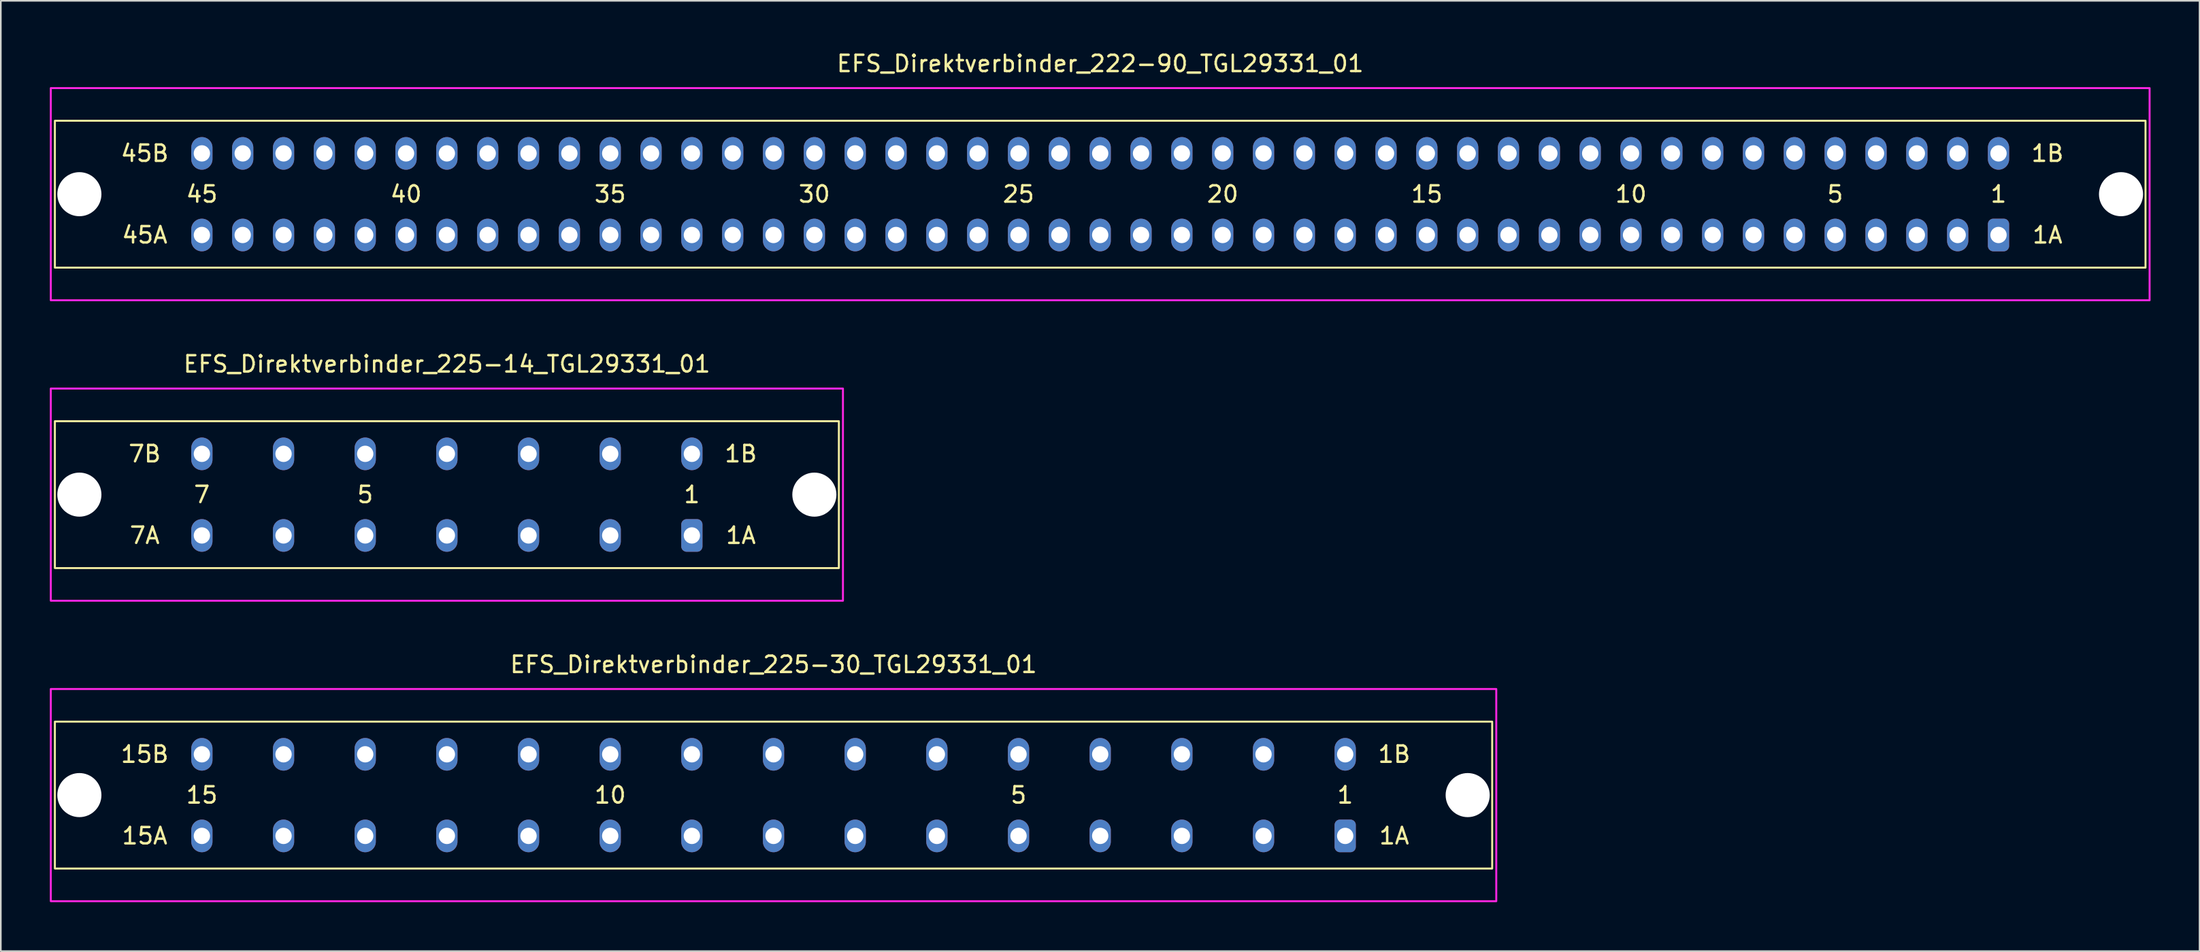
<source format=kicad_pcb>
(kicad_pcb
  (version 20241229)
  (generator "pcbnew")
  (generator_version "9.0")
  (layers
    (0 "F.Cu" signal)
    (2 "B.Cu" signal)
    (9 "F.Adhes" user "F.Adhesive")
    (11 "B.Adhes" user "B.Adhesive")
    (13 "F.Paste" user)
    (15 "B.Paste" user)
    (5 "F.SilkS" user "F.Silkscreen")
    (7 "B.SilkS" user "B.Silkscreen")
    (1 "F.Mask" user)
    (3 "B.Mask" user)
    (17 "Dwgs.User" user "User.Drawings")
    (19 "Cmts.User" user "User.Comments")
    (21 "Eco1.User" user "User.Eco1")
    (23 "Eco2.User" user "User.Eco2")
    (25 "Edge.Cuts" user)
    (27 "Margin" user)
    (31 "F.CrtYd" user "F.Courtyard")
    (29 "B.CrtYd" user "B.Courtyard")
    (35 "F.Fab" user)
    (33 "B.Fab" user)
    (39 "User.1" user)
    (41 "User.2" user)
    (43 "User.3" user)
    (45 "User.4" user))
  (footprint "EFS_Direktverbinder_225-14_TGL29331_01"
    (layer "F.Cu")
    (at 24.31 27.256)
    (property "Reference" "EFS_Direktverbinder_225-14_TGL29331_01" (at 0 -8 180) (layer "F.SilkS") (effects (font (size 1 1) (thickness 0.15))))
    (attr through_hole)
    (fp_rect (start -24 -4.5) (end 24 4.5) (stroke (width 0.12) (type solid)) (fill no) (layer "F.SilkS"))
    (fp_rect (start -24.25 -6.5) (end 24.25 6.5) (stroke (width 0.12) (type solid)) (fill no) (layer "F.CrtYd"))
    (fp_text user "7A" (at -18.5 2.5 0) (layer "F.SilkS") (effects (font (size 1 1) (thickness 0.15))))
    (fp_text user "5" (at -5 0 180) (layer "F.SilkS") (effects (font (size 1 1) (thickness 0.15))))
    (fp_text user "1" (at 15 0 180) (layer "F.SilkS") (effects (font (size 1 1) (thickness 0.15))))
    (fp_text user "1B" (at 18 -2.5 0) (layer "F.SilkS") (effects (font (size 1 1) (thickness 0.15))))
    (fp_text user "7" (at -15 0 180) (layer "F.SilkS") (effects (font (size 1 1) (thickness 0.15))))
    (fp_text user "1A" (at 18 2.5 0) (layer "F.SilkS") (effects (font (size 1 1) (thickness 0.15))))
    (fp_text user "7B" (at -18.5 -2.5 0) (layer "F.SilkS") (effects (font (size 1 1) (thickness 0.15))))
    (pad "" np_thru_hole circle (at -22.5 0) (size 2.7 2.7) (drill 2.7) (layers "*.Cu" "*.Mask"))
    (pad "" np_thru_hole circle (at 22.5 0) (size 2.7 2.7) (drill 2.7) (layers "*.Cu" "*.Mask"))
    (pad "1a" thru_hole roundrect (at 15 2.5) (size 1.3 2) (drill 1) (layers "*.Cu" "*.Mask") (roundrect_rratio 0.25))
    (pad "1b" thru_hole oval (at 15 -2.5) (size 1.3 2) (drill 1) (layers "*.Cu" "*.Mask"))
    (pad "2a" thru_hole oval (at 10 2.5) (size 1.3 2) (drill 1) (layers "*.Cu" "*.Mask"))
    (pad "2b" thru_hole oval (at 10 -2.5) (size 1.3 2) (drill 1) (layers "*.Cu" "*.Mask"))
    (pad "3a" thru_hole oval (at 5 2.5) (size 1.3 2) (drill 1) (layers "*.Cu" "*.Mask"))
    (pad "3b" thru_hole oval (at 5 -2.5) (size 1.3 2) (drill 1) (layers "*.Cu" "*.Mask"))
    (pad "4a" thru_hole oval (at 0 2.5) (size 1.3 2) (drill 1) (layers "*.Cu" "*.Mask"))
    (pad "4b" thru_hole oval (at 0 -2.5) (size 1.3 2) (drill 1) (layers "*.Cu" "*.Mask"))
    (pad "5a" thru_hole oval (at -5 2.5) (size 1.3 2) (drill 1) (layers "*.Cu" "*.Mask"))
    (pad "5b" thru_hole oval (at -5 -2.5) (size 1.3 2) (drill 1) (layers "*.Cu" "*.Mask"))
    (pad "6a" thru_hole oval (at -10 2.5) (size 1.3 2) (drill 1) (layers "*.Cu" "*.Mask"))
    (pad "6b" thru_hole oval (at -10 -2.5) (size 1.3 2) (drill 1) (layers "*.Cu" "*.Mask"))
    (pad "7a" thru_hole oval (at -15 2.5) (size 1.3 2) (drill 1) (layers "*.Cu" "*.Mask"))
    (pad "7b" thru_hole oval (at -15 -2.5) (size 1.3 2) (drill 1) (layers "*.Cu" "*.Mask")))
  (footprint "EFS_Direktverbinder_225-30_TGL29331_01"
    (layer "F.Cu")
    (at 44.31 45.665)
    (property "Reference" "EFS_Direktverbinder_225-30_TGL29331_01" (at 0 -8 180) (layer "F.SilkS") (effects (font (size 1 1) (thickness 0.15))))
    (attr through_hole)
    (fp_rect (start -44 -4.5) (end 44 4.5) (stroke (width 0.12) (type solid)) (fill no) (layer "F.SilkS"))
    (fp_rect (start -44.25 -6.5) (end 44.25 6.5) (stroke (width 0.12) (type solid)) (fill no) (layer "F.CrtYd"))
    (fp_text user "15A" (at -38.5 2.5 0) (layer "F.SilkS") (effects (font (size 1 1) (thickness 0.15))))
    (fp_text user "1A" (at 38 2.5 0) (layer "F.SilkS") (effects (font (size 1 1) (thickness 0.15))))
    (fp_text user "5" (at 15 0 180) (layer "F.SilkS") (effects (font (size 1 1) (thickness 0.15))))
    (fp_text user "15B" (at -38.5 -2.5 0) (layer "F.SilkS") (effects (font (size 1 1) (thickness 0.15))))
    (fp_text user "10" (at -10 0 180) (layer "F.SilkS") (effects (font (size 1 1) (thickness 0.15))))
    (fp_text user "1" (at 35 0 180) (layer "F.SilkS") (effects (font (size 1 1) (thickness 0.15))))
    (fp_text user "15" (at -35 0 180) (layer "F.SilkS") (effects (font (size 1 1) (thickness 0.15))))
    (fp_text user "1B" (at 38 -2.5 0) (layer "F.SilkS") (effects (font (size 1 1) (thickness 0.15))))
    (pad "" np_thru_hole circle (at -42.5 0) (size 2.7 2.7) (drill 2.7) (layers "*.Cu" "*.Mask"))
    (pad "" np_thru_hole circle (at 42.5 0) (size 2.7 2.7) (drill 2.7) (layers "*.Cu" "*.Mask"))
    (pad "1a" thru_hole roundrect (at 35 2.5) (size 1.3 2) (drill 1) (layers "*.Cu" "*.Mask") (roundrect_rratio 0.25))
    (pad "1b" thru_hole oval (at 35 -2.5) (size 1.3 2) (drill 1) (layers "*.Cu" "*.Mask"))
    (pad "2a" thru_hole oval (at 30 2.5) (size 1.3 2) (drill 1) (layers "*.Cu" "*.Mask"))
    (pad "2b" thru_hole oval (at 30 -2.5) (size 1.3 2) (drill 1) (layers "*.Cu" "*.Mask"))
    (pad "3a" thru_hole oval (at 25 2.5) (size 1.3 2) (drill 1) (layers "*.Cu" "*.Mask"))
    (pad "3b" thru_hole oval (at 25 -2.5) (size 1.3 2) (drill 1) (layers "*.Cu" "*.Mask"))
    (pad "4a" thru_hole oval (at 20 2.5) (size 1.3 2) (drill 1) (layers "*.Cu" "*.Mask"))
    (pad "4b" thru_hole oval (at 20 -2.5) (size 1.3 2) (drill 1) (layers "*.Cu" "*.Mask"))
    (pad "5a" thru_hole oval (at 15 2.5) (size 1.3 2) (drill 1) (layers "*.Cu" "*.Mask"))
    (pad "5b" thru_hole oval (at 15 -2.5) (size 1.3 2) (drill 1) (layers "*.Cu" "*.Mask"))
    (pad "6a" thru_hole oval (at 10 2.5) (size 1.3 2) (drill 1) (layers "*.Cu" "*.Mask"))
    (pad "6b" thru_hole oval (at 10 -2.5) (size 1.3 2) (drill 1) (layers "*.Cu" "*.Mask"))
    (pad "7a" thru_hole oval (at 5 2.5) (size 1.3 2) (drill 1) (layers "*.Cu" "*.Mask"))
    (pad "7b" thru_hole oval (at 5 -2.5) (size 1.3 2) (drill 1) (layers "*.Cu" "*.Mask"))
    (pad "8a" thru_hole oval (at 0 2.5) (size 1.3 2) (drill 1) (layers "*.Cu" "*.Mask"))
    (pad "8b" thru_hole oval (at 0 -2.5) (size 1.3 2) (drill 1) (layers "*.Cu" "*.Mask"))
    (pad "9a" thru_hole oval (at -5 2.5) (size 1.3 2) (drill 1) (layers "*.Cu" "*.Mask"))
    (pad "9b" thru_hole oval (at -5 -2.5) (size 1.3 2) (drill 1) (layers "*.Cu" "*.Mask"))
    (pad "10a" thru_hole oval (at -10 2.5) (size 1.3 2) (drill 1) (layers "*.Cu" "*.Mask"))
    (pad "10b" thru_hole oval (at -10 -2.5) (size 1.3 2) (drill 1) (layers "*.Cu" "*.Mask"))
    (pad "11a" thru_hole oval (at -15 2.5) (size 1.3 2) (drill 1) (layers "*.Cu" "*.Mask"))
    (pad "11b" thru_hole oval (at -15 -2.5) (size 1.3 2) (drill 1) (layers "*.Cu" "*.Mask"))
    (pad "12a" thru_hole oval (at -20 2.5) (size 1.3 2) (drill 1) (layers "*.Cu" "*.Mask"))
    (pad "12b" thru_hole oval (at -20 -2.5) (size 1.3 2) (drill 1) (layers "*.Cu" "*.Mask"))
    (pad "13a" thru_hole oval (at -25 2.5) (size 1.3 2) (drill 1) (layers "*.Cu" "*.Mask"))
    (pad "13b" thru_hole oval (at -25 -2.5) (size 1.3 2) (drill 1) (layers "*.Cu" "*.Mask"))
    (pad "14a" thru_hole oval (at -30 2.5) (size 1.3 2) (drill 1) (layers "*.Cu" "*.Mask"))
    (pad "14b" thru_hole oval (at -30 -2.5) (size 1.3 2) (drill 1) (layers "*.Cu" "*.Mask"))
    (pad "15a" thru_hole oval (at -35 2.5) (size 1.3 2) (drill 1) (layers "*.Cu" "*.Mask"))
    (pad "15b" thru_hole oval (at -35 -2.5) (size 1.3 2) (drill 1) (layers "*.Cu" "*.Mask")))
  (footprint "EFS_Direktverbinder_222-90_TGL29331_01"
    (layer "F.Cu")
    (at 64.31 8.848)
    (property "Reference" "EFS_Direktverbinder_222-90_TGL29331_01" (at 0 -8 180) (layer "F.SilkS") (effects (font (size 1 1) (thickness 0.15))))
    (attr through_hole)
    (fp_rect (start -64 -4.5) (end 64 4.5) (stroke (width 0.12) (type solid)) (fill no) (layer "F.SilkS"))
    (fp_rect (start -64.25 -6.5) (end 64.25 6.5) (stroke (width 0.12) (type solid)) (fill no) (layer "F.CrtYd"))
    (fp_text user "1B" (at 58 -2.5 0) (layer "F.SilkS") (effects (font (size 1 1) (thickness 0.15))))
    (fp_text user "10" (at 32.5 0 180) (layer "F.SilkS") (effects (font (size 1 1) (thickness 0.15))))
    (fp_text user "15" (at 20 0 180) (layer "F.SilkS") (effects (font (size 1 1) (thickness 0.15))))
    (fp_text user "20" (at 7.5 0 180) (layer "F.SilkS") (effects (font (size 1 1) (thickness 0.15))))
    (fp_text user "1" (at 55 0 180) (layer "F.SilkS") (effects (font (size 1 1) (thickness 0.15))))
    (fp_text user "40" (at -42.5 0 180) (layer "F.SilkS") (effects (font (size 1 1) (thickness 0.15))))
    (fp_text user "5" (at 45 0 180) (layer "F.SilkS") (effects (font (size 1 1) (thickness 0.15))))
    (fp_text user "30" (at -17.5 0 180) (layer "F.SilkS") (effects (font (size 1 1) (thickness 0.15))))
    (fp_text user "45B" (at -58.5 -2.5 0) (layer "F.SilkS") (effects (font (size 1 1) (thickness 0.15))))
    (fp_text user "1A" (at 58 2.5 0) (layer "F.SilkS") (effects (font (size 1 1) (thickness 0.15))))
    (fp_text user "45A" (at -58.5 2.5 0) (layer "F.SilkS") (effects (font (size 1 1) (thickness 0.15))))
    (fp_text user "35" (at -30 0 180) (layer "F.SilkS") (effects (font (size 1 1) (thickness 0.15))))
    (fp_text user "25" (at -5 0 180) (layer "F.SilkS") (effects (font (size 1 1) (thickness 0.15))))
    (fp_text user "45" (at -55 0 180) (layer "F.SilkS") (effects (font (size 1 1) (thickness 0.15))))
    (pad "" np_thru_hole circle (at -62.5 0) (size 2.7 2.7) (drill 2.7) (layers "*.Cu" "*.Mask"))
    (pad "" np_thru_hole circle (at 62.5 0) (size 2.7 2.7) (drill 2.7) (layers "*.Cu" "*.Mask"))
    (pad "1a" thru_hole roundrect (at 55 2.5) (size 1.3 2) (drill 1) (layers "*.Cu" "*.Mask") (roundrect_rratio 0.25))
    (pad "1b" thru_hole oval (at 55 -2.5) (size 1.3 2) (drill 1) (layers "*.Cu" "*.Mask"))
    (pad "2a" thru_hole oval (at 52.5 2.5) (size 1.3 2) (drill 1) (layers "*.Cu" "*.Mask"))
    (pad "2b" thru_hole oval (at 52.5 -2.5) (size 1.3 2) (drill 1) (layers "*.Cu" "*.Mask"))
    (pad "3a" thru_hole oval (at 50 2.5) (size 1.3 2) (drill 1) (layers "*.Cu" "*.Mask"))
    (pad "3b" thru_hole oval (at 50 -2.5) (size 1.3 2) (drill 1) (layers "*.Cu" "*.Mask"))
    (pad "4a" thru_hole oval (at 47.5 2.5) (size 1.3 2) (drill 1) (layers "*.Cu" "*.Mask"))
    (pad "4b" thru_hole oval (at 47.5 -2.5) (size 1.3 2) (drill 1) (layers "*.Cu" "*.Mask"))
    (pad "5a" thru_hole oval (at 45 2.5) (size 1.3 2) (drill 1) (layers "*.Cu" "*.Mask"))
    (pad "5b" thru_hole oval (at 45 -2.5) (size 1.3 2) (drill 1) (layers "*.Cu" "*.Mask"))
    (pad "6a" thru_hole oval (at 42.5 2.5) (size 1.3 2) (drill 1) (layers "*.Cu" "*.Mask"))
    (pad "6b" thru_hole oval (at 42.5 -2.5) (size 1.3 2) (drill 1) (layers "*.Cu" "*.Mask"))
    (pad "7a" thru_hole oval (at 40 2.5) (size 1.3 2) (drill 1) (layers "*.Cu" "*.Mask"))
    (pad "7b" thru_hole oval (at 40 -2.5) (size 1.3 2) (drill 1) (layers "*.Cu" "*.Mask"))
    (pad "8a" thru_hole oval (at 37.5 2.5) (size 1.3 2) (drill 1) (layers "*.Cu" "*.Mask"))
    (pad "8b" thru_hole oval (at 37.5 -2.5) (size 1.3 2) (drill 1) (layers "*.Cu" "*.Mask"))
    (pad "9a" thru_hole oval (at 35 2.5) (size 1.3 2) (drill 1) (layers "*.Cu" "*.Mask"))
    (pad "9b" thru_hole oval (at 35 -2.5) (size 1.3 2) (drill 1) (layers "*.Cu" "*.Mask"))
    (pad "10a" thru_hole oval (at 32.5 2.5) (size 1.3 2) (drill 1) (layers "*.Cu" "*.Mask"))
    (pad "10b" thru_hole oval (at 32.5 -2.5) (size 1.3 2) (drill 1) (layers "*.Cu" "*.Mask"))
    (pad "11a" thru_hole oval (at 30 2.5) (size 1.3 2) (drill 1) (layers "*.Cu" "*.Mask"))
    (pad "11b" thru_hole oval (at 30 -2.5) (size 1.3 2) (drill 1) (layers "*.Cu" "*.Mask"))
    (pad "12a" thru_hole oval (at 27.5 2.5) (size 1.3 2) (drill 1) (layers "*.Cu" "*.Mask"))
    (pad "12b" thru_hole oval (at 27.5 -2.5) (size 1.3 2) (drill 1) (layers "*.Cu" "*.Mask"))
    (pad "13a" thru_hole oval (at 25 2.5) (size 1.3 2) (drill 1) (layers "*.Cu" "*.Mask"))
    (pad "13b" thru_hole oval (at 25 -2.5) (size 1.3 2) (drill 1) (layers "*.Cu" "*.Mask"))
    (pad "14a" thru_hole oval (at 22.5 2.5) (size 1.3 2) (drill 1) (layers "*.Cu" "*.Mask"))
    (pad "14b" thru_hole oval (at 22.5 -2.5) (size 1.3 2) (drill 1) (layers "*.Cu" "*.Mask"))
    (pad "15a" thru_hole oval (at 20 2.5) (size 1.3 2) (drill 1) (layers "*.Cu" "*.Mask"))
    (pad "15b" thru_hole oval (at 20 -2.5) (size 1.3 2) (drill 1) (layers "*.Cu" "*.Mask"))
    (pad "16a" thru_hole oval (at 17.5 2.5) (size 1.3 2) (drill 1) (layers "*.Cu" "*.Mask"))
    (pad "16b" thru_hole oval (at 17.5 -2.5) (size 1.3 2) (drill 1) (layers "*.Cu" "*.Mask"))
    (pad "17a" thru_hole oval (at 15 2.5) (size 1.3 2) (drill 1) (layers "*.Cu" "*.Mask"))
    (pad "17b" thru_hole oval (at 15 -2.5) (size 1.3 2) (drill 1) (layers "*.Cu" "*.Mask"))
    (pad "18a" thru_hole oval (at 12.5 2.5) (size 1.3 2) (drill 1) (layers "*.Cu" "*.Mask"))
    (pad "18b" thru_hole oval (at 12.5 -2.5) (size 1.3 2) (drill 1) (layers "*.Cu" "*.Mask"))
    (pad "19a" thru_hole oval (at 10 2.5) (size 1.3 2) (drill 1) (layers "*.Cu" "*.Mask"))
    (pad "19b" thru_hole oval (at 10 -2.5) (size 1.3 2) (drill 1) (layers "*.Cu" "*.Mask"))
    (pad "20a" thru_hole oval (at 7.5 2.5) (size 1.3 2) (drill 1) (layers "*.Cu" "*.Mask"))
    (pad "20b" thru_hole oval (at 7.5 -2.5) (size 1.3 2) (drill 1) (layers "*.Cu" "*.Mask"))
    (pad "21a" thru_hole oval (at 5 2.5) (size 1.3 2) (drill 1) (layers "*.Cu" "*.Mask"))
    (pad "21b" thru_hole oval (at 5 -2.5) (size 1.3 2) (drill 1) (layers "*.Cu" "*.Mask"))
    (pad "22a" thru_hole oval (at 2.5 2.5) (size 1.3 2) (drill 1) (layers "*.Cu" "*.Mask"))
    (pad "22b" thru_hole oval (at 2.5 -2.5) (size 1.3 2) (drill 1) (layers "*.Cu" "*.Mask"))
    (pad "23a" thru_hole oval (at 0 2.5) (size 1.3 2) (drill 1) (layers "*.Cu" "*.Mask"))
    (pad "23b" thru_hole oval (at 0 -2.5) (size 1.3 2) (drill 1) (layers "*.Cu" "*.Mask"))
    (pad "24a" thru_hole oval (at -2.5 2.5) (size 1.3 2) (drill 1) (layers "*.Cu" "*.Mask"))
    (pad "24b" thru_hole oval (at -2.5 -2.5) (size 1.3 2) (drill 1) (layers "*.Cu" "*.Mask"))
    (pad "25a" thru_hole oval (at -5 2.5) (size 1.3 2) (drill 1) (layers "*.Cu" "*.Mask"))
    (pad "25b" thru_hole oval (at -5 -2.5) (size 1.3 2) (drill 1) (layers "*.Cu" "*.Mask"))
    (pad "26a" thru_hole oval (at -7.5 2.5) (size 1.3 2) (drill 1) (layers "*.Cu" "*.Mask"))
    (pad "26b" thru_hole oval (at -7.5 -2.5) (size 1.3 2) (drill 1) (layers "*.Cu" "*.Mask"))
    (pad "27a" thru_hole oval (at -10 2.5) (size 1.3 2) (drill 1) (layers "*.Cu" "*.Mask"))
    (pad "27b" thru_hole oval (at -10 -2.5) (size 1.3 2) (drill 1) (layers "*.Cu" "*.Mask"))
    (pad "28a" thru_hole oval (at -12.5 2.5) (size 1.3 2) (drill 1) (layers "*.Cu" "*.Mask"))
    (pad "28b" thru_hole oval (at -12.5 -2.5) (size 1.3 2) (drill 1) (layers "*.Cu" "*.Mask"))
    (pad "29a" thru_hole oval (at -15 2.5) (size 1.3 2) (drill 1) (layers "*.Cu" "*.Mask"))
    (pad "29b" thru_hole oval (at -15 -2.5) (size 1.3 2) (drill 1) (layers "*.Cu" "*.Mask"))
    (pad "30a" thru_hole oval (at -17.5 2.5) (size 1.3 2) (drill 1) (layers "*.Cu" "*.Mask"))
    (pad "30b" thru_hole oval (at -17.5 -2.5) (size 1.3 2) (drill 1) (layers "*.Cu" "*.Mask"))
    (pad "31a" thru_hole oval (at -20 2.5) (size 1.3 2) (drill 1) (layers "*.Cu" "*.Mask"))
    (pad "31b" thru_hole oval (at -20 -2.5) (size 1.3 2) (drill 1) (layers "*.Cu" "*.Mask"))
    (pad "32a" thru_hole oval (at -22.5 2.5) (size 1.3 2) (drill 1) (layers "*.Cu" "*.Mask"))
    (pad "32b" thru_hole oval (at -22.5 -2.5) (size 1.3 2) (drill 1) (layers "*.Cu" "*.Mask"))
    (pad "33a" thru_hole oval (at -25 2.5) (size 1.3 2) (drill 1) (layers "*.Cu" "*.Mask"))
    (pad "33b" thru_hole oval (at -25 -2.5) (size 1.3 2) (drill 1) (layers "*.Cu" "*.Mask"))
    (pad "34a" thru_hole oval (at -27.5 2.5) (size 1.3 2) (drill 1) (layers "*.Cu" "*.Mask"))
    (pad "34b" thru_hole oval (at -27.5 -2.5) (size 1.3 2) (drill 1) (layers "*.Cu" "*.Mask"))
    (pad "35a" thru_hole oval (at -30 2.5) (size 1.3 2) (drill 1) (layers "*.Cu" "*.Mask"))
    (pad "35b" thru_hole oval (at -30 -2.5) (size 1.3 2) (drill 1) (layers "*.Cu" "*.Mask"))
    (pad "36a" thru_hole oval (at -32.5 2.5) (size 1.3 2) (drill 1) (layers "*.Cu" "*.Mask"))
    (pad "36b" thru_hole oval (at -32.5 -2.5) (size 1.3 2) (drill 1) (layers "*.Cu" "*.Mask"))
    (pad "37a" thru_hole oval (at -35 2.5) (size 1.3 2) (drill 1) (layers "*.Cu" "*.Mask"))
    (pad "37b" thru_hole oval (at -35 -2.5) (size 1.3 2) (drill 1) (layers "*.Cu" "*.Mask"))
    (pad "38a" thru_hole oval (at -37.5 2.5) (size 1.3 2) (drill 1) (layers "*.Cu" "*.Mask"))
    (pad "38b" thru_hole oval (at -37.5 -2.5) (size 1.3 2) (drill 1) (layers "*.Cu" "*.Mask"))
    (pad "39a" thru_hole oval (at -40 2.5) (size 1.3 2) (drill 1) (layers "*.Cu" "*.Mask"))
    (pad "39b" thru_hole oval (at -40 -2.5) (size 1.3 2) (drill 1) (layers "*.Cu" "*.Mask"))
    (pad "40a" thru_hole oval (at -42.5 2.5) (size 1.3 2) (drill 1) (layers "*.Cu" "*.Mask"))
    (pad "40b" thru_hole oval (at -42.5 -2.5) (size 1.3 2) (drill 1) (layers "*.Cu" "*.Mask"))
    (pad "41a" thru_hole oval (at -45 2.5) (size 1.3 2) (drill 1) (layers "*.Cu" "*.Mask"))
    (pad "41b" thru_hole oval (at -45 -2.5) (size 1.3 2) (drill 1) (layers "*.Cu" "*.Mask"))
    (pad "42a" thru_hole oval (at -47.5 2.5) (size 1.3 2) (drill 1) (layers "*.Cu" "*.Mask"))
    (pad "42b" thru_hole oval (at -47.5 -2.5) (size 1.3 2) (drill 1) (layers "*.Cu" "*.Mask"))
    (pad "43a" thru_hole oval (at -50 2.5) (size 1.3 2) (drill 1) (layers "*.Cu" "*.Mask"))
    (pad "43b" thru_hole oval (at -50 -2.5) (size 1.3 2) (drill 1) (layers "*.Cu" "*.Mask"))
    (pad "44a" thru_hole oval (at -52.5 2.5) (size 1.3 2) (drill 1) (layers "*.Cu" "*.Mask"))
    (pad "44b" thru_hole oval (at -52.5 -2.5) (size 1.3 2) (drill 1) (layers "*.Cu" "*.Mask"))
    (pad "45a" thru_hole oval (at -55 2.5) (size 1.3 2) (drill 1) (layers "*.Cu" "*.Mask"))
    (pad "45b" thru_hole oval (at -55 -2.5) (size 1.3 2) (drill 1) (layers "*.Cu" "*.Mask")))
  (gr_rect
    (start -3 -3)
    (end 131.62 55.225)
    (stroke (width 0.1) (type default))
    (fill no)
    (layer "Edge.Cuts")))
</source>
